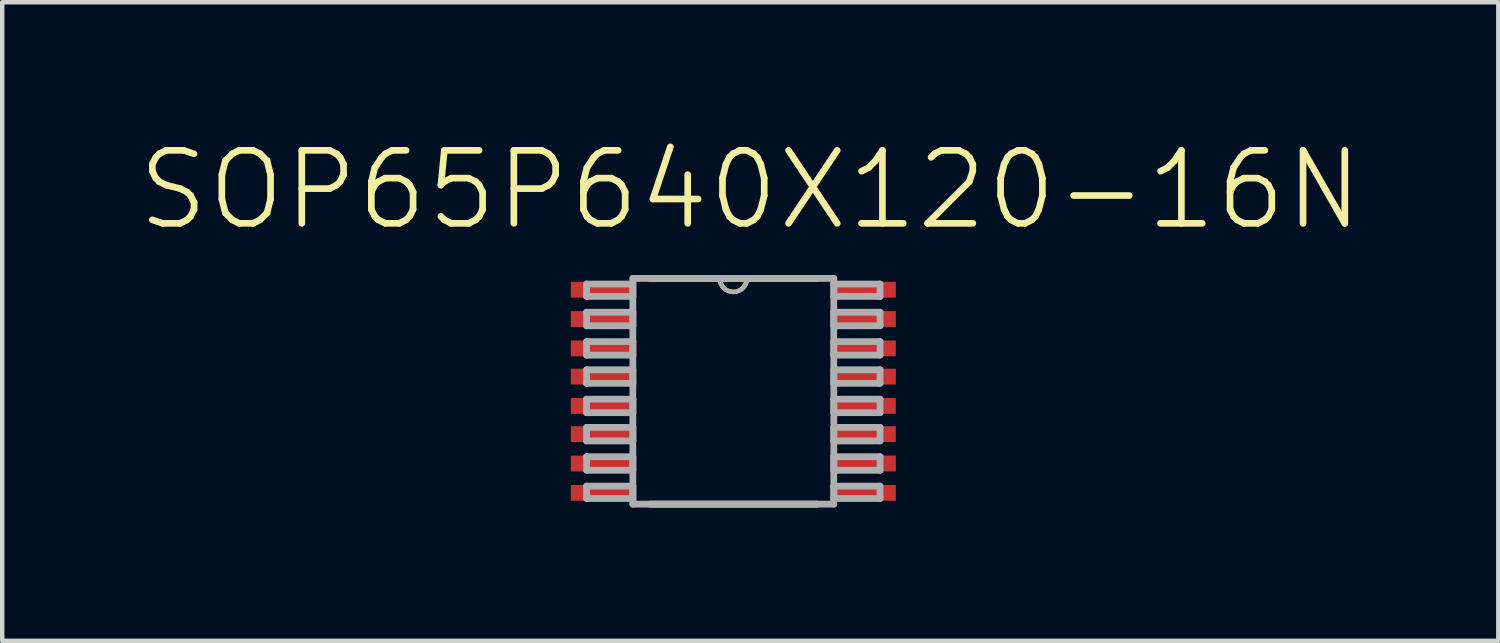
<source format=kicad_pcb>
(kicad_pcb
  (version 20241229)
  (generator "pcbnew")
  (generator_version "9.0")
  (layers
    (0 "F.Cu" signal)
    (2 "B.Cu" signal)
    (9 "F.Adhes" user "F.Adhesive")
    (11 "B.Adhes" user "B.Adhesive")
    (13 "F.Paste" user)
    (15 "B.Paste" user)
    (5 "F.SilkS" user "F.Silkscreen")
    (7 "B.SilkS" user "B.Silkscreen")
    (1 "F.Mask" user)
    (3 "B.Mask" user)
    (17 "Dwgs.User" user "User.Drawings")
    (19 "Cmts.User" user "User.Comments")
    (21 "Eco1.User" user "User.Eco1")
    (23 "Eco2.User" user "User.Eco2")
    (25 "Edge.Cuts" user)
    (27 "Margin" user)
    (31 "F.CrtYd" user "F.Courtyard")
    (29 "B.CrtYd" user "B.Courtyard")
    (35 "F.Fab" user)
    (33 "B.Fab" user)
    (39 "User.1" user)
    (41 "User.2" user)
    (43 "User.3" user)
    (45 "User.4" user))
  (footprint "SOP65P640X120-16N"
    (layer "F.Cu")
    (at 13.453 5.755)
    (property "Reference" "SOP65P640X120-16N" (at 0.382 -4.531 0) (layer "F.SilkS") (effects (font (size 1.643 1.643) (thickness 0.15))))
    (attr through_hole)
    (fp_line (start -1.88 2.54) (end 1.88 2.54) (stroke (width 0.152) (type solid)) (layer "F.SilkS"))
    (fp_line (start -0.305 -2.54) (end -1.88 -2.54) (stroke (width 0.152) (type solid)) (layer "F.SilkS"))
    (fp_line (start 0.305 -2.54) (end -0.305 -2.54) (stroke (width 0.152) (type solid)) (layer "F.SilkS"))
    (fp_line (start 1.88 -2.54) (end 0.305 -2.54) (stroke (width 0.152) (type solid)) (layer "F.SilkS"))
    (fp_arc (start 0.3048 -2.54) (mid 0 -2.2352) (end -0.3048 -2.54) (stroke (width 0.1) (type solid)) (layer "F.SilkS"))
    (fp_line (start -3.302 -2.413) (end -3.302 -2.134) (stroke (width 0.152) (type solid)) (layer "F.Fab"))
    (fp_line (start -3.302 -2.134) (end -2.261 -2.134) (stroke (width 0.152) (type solid)) (layer "F.Fab"))
    (fp_line (start -3.302 -1.778) (end -3.302 -1.473) (stroke (width 0.152) (type solid)) (layer "F.Fab"))
    (fp_line (start -3.302 -1.473) (end -2.261 -1.473) (stroke (width 0.152) (type solid)) (layer "F.Fab"))
    (fp_line (start -3.302 -1.118) (end -3.302 -0.813) (stroke (width 0.152) (type solid)) (layer "F.Fab"))
    (fp_line (start -3.302 -0.813) (end -2.261 -0.813) (stroke (width 0.152) (type solid)) (layer "F.Fab"))
    (fp_line (start -3.302 -0.483) (end -3.302 -0.178) (stroke (width 0.152) (type solid)) (layer "F.Fab"))
    (fp_line (start -3.302 -0.178) (end -2.261 -0.178) (stroke (width 0.152) (type solid)) (layer "F.Fab"))
    (fp_line (start -3.302 0.178) (end -3.302 0.483) (stroke (width 0.152) (type solid)) (layer "F.Fab"))
    (fp_line (start -3.302 0.483) (end -2.261 0.483) (stroke (width 0.152) (type solid)) (layer "F.Fab"))
    (fp_line (start -3.302 0.813) (end -3.302 1.118) (stroke (width 0.152) (type solid)) (layer "F.Fab"))
    (fp_line (start -3.302 1.118) (end -2.261 1.118) (stroke (width 0.152) (type solid)) (layer "F.Fab"))
    (fp_line (start -3.302 1.473) (end -3.302 1.778) (stroke (width 0.152) (type solid)) (layer "F.Fab"))
    (fp_line (start -3.302 1.778) (end -2.261 1.778) (stroke (width 0.152) (type solid)) (layer "F.Fab"))
    (fp_line (start -3.302 2.134) (end -3.302 2.413) (stroke (width 0.152) (type solid)) (layer "F.Fab"))
    (fp_line (start -3.302 2.413) (end -2.261 2.413) (stroke (width 0.152) (type solid)) (layer "F.Fab"))
    (fp_line (start -2.261 -2.54) (end -2.261 2.54) (stroke (width 0.152) (type solid)) (layer "F.Fab"))
    (fp_line (start -2.261 -2.413) (end -3.302 -2.413) (stroke (width 0.152) (type solid)) (layer "F.Fab"))
    (fp_line (start -2.261 -2.134) (end -2.261 -2.413) (stroke (width 0.152) (type solid)) (layer "F.Fab"))
    (fp_line (start -2.261 -1.778) (end -3.302 -1.778) (stroke (width 0.152) (type solid)) (layer "F.Fab"))
    (fp_line (start -2.261 -1.473) (end -2.261 -1.778) (stroke (width 0.152) (type solid)) (layer "F.Fab"))
    (fp_line (start -2.261 -1.118) (end -3.302 -1.118) (stroke (width 0.152) (type solid)) (layer "F.Fab"))
    (fp_line (start -2.261 -0.813) (end -2.261 -1.118) (stroke (width 0.152) (type solid)) (layer "F.Fab"))
    (fp_line (start -2.261 -0.483) (end -3.302 -0.483) (stroke (width 0.152) (type solid)) (layer "F.Fab"))
    (fp_line (start -2.261 -0.178) (end -2.261 -0.483) (stroke (width 0.152) (type solid)) (layer "F.Fab"))
    (fp_line (start -2.261 0.178) (end -3.302 0.178) (stroke (width 0.152) (type solid)) (layer "F.Fab"))
    (fp_line (start -2.261 0.483) (end -2.261 0.178) (stroke (width 0.152) (type solid)) (layer "F.Fab"))
    (fp_line (start -2.261 0.813) (end -3.302 0.813) (stroke (width 0.152) (type solid)) (layer "F.Fab"))
    (fp_line (start -2.261 1.118) (end -2.261 0.813) (stroke (width 0.152) (type solid)) (layer "F.Fab"))
    (fp_line (start -2.261 1.473) (end -3.302 1.473) (stroke (width 0.152) (type solid)) (layer "F.Fab"))
    (fp_line (start -2.261 1.778) (end -2.261 1.473) (stroke (width 0.152) (type solid)) (layer "F.Fab"))
    (fp_line (start -2.261 2.134) (end -3.302 2.134) (stroke (width 0.152) (type solid)) (layer "F.Fab"))
    (fp_line (start -2.261 2.413) (end -2.261 2.134) (stroke (width 0.152) (type solid)) (layer "F.Fab"))
    (fp_line (start -2.261 2.54) (end 2.261 2.54) (stroke (width 0.152) (type solid)) (layer "F.Fab"))
    (fp_line (start -0.305 -2.54) (end -2.261 -2.54) (stroke (width 0.152) (type solid)) (layer "F.Fab"))
    (fp_line (start 0.305 -2.54) (end -0.305 -2.54) (stroke (width 0.152) (type solid)) (layer "F.Fab"))
    (fp_line (start 2.261 -2.54) (end 0.305 -2.54) (stroke (width 0.152) (type solid)) (layer "F.Fab"))
    (fp_line (start 2.261 -2.413) (end 2.261 -2.134) (stroke (width 0.152) (type solid)) (layer "F.Fab"))
    (fp_line (start 2.261 -2.134) (end 3.302 -2.134) (stroke (width 0.152) (type solid)) (layer "F.Fab"))
    (fp_line (start 2.261 -1.778) (end 2.261 -1.473) (stroke (width 0.152) (type solid)) (layer "F.Fab"))
    (fp_line (start 2.261 -1.473) (end 3.302 -1.473) (stroke (width 0.152) (type solid)) (layer "F.Fab"))
    (fp_line (start 2.261 -1.118) (end 2.261 -0.813) (stroke (width 0.152) (type solid)) (layer "F.Fab"))
    (fp_line (start 2.261 -0.813) (end 3.302 -0.813) (stroke (width 0.152) (type solid)) (layer "F.Fab"))
    (fp_line (start 2.261 -0.483) (end 2.261 -0.178) (stroke (width 0.152) (type solid)) (layer "F.Fab"))
    (fp_line (start 2.261 -0.178) (end 3.302 -0.178) (stroke (width 0.152) (type solid)) (layer "F.Fab"))
    (fp_line (start 2.261 0.178) (end 2.261 0.483) (stroke (width 0.152) (type solid)) (layer "F.Fab"))
    (fp_line (start 2.261 0.483) (end 3.302 0.483) (stroke (width 0.152) (type solid)) (layer "F.Fab"))
    (fp_line (start 2.261 0.813) (end 2.261 1.118) (stroke (width 0.152) (type solid)) (layer "F.Fab"))
    (fp_line (start 2.261 1.118) (end 3.302 1.118) (stroke (width 0.152) (type solid)) (layer "F.Fab"))
    (fp_line (start 2.261 1.473) (end 2.261 1.778) (stroke (width 0.152) (type solid)) (layer "F.Fab"))
    (fp_line (start 2.261 1.778) (end 3.302 1.778) (stroke (width 0.152) (type solid)) (layer "F.Fab"))
    (fp_line (start 2.261 2.134) (end 2.261 2.413) (stroke (width 0.152) (type solid)) (layer "F.Fab"))
    (fp_line (start 2.261 2.413) (end 3.302 2.413) (stroke (width 0.152) (type solid)) (layer "F.Fab"))
    (fp_line (start 2.261 2.54) (end 2.261 -2.54) (stroke (width 0.152) (type solid)) (layer "F.Fab"))
    (fp_line (start 3.302 -2.413) (end 2.261 -2.413) (stroke (width 0.152) (type solid)) (layer "F.Fab"))
    (fp_line (start 3.302 -2.134) (end 3.302 -2.413) (stroke (width 0.152) (type solid)) (layer "F.Fab"))
    (fp_line (start 3.302 -1.778) (end 2.261 -1.778) (stroke (width 0.152) (type solid)) (layer "F.Fab"))
    (fp_line (start 3.302 -1.473) (end 3.302 -1.778) (stroke (width 0.152) (type solid)) (layer "F.Fab"))
    (fp_line (start 3.302 -1.118) (end 2.261 -1.118) (stroke (width 0.152) (type solid)) (layer "F.Fab"))
    (fp_line (start 3.302 -0.813) (end 3.302 -1.118) (stroke (width 0.152) (type solid)) (layer "F.Fab"))
    (fp_line (start 3.302 -0.483) (end 2.261 -0.483) (stroke (width 0.152) (type solid)) (layer "F.Fab"))
    (fp_line (start 3.302 -0.178) (end 3.302 -0.483) (stroke (width 0.152) (type solid)) (layer "F.Fab"))
    (fp_line (start 3.302 0.178) (end 2.261 0.178) (stroke (width 0.152) (type solid)) (layer "F.Fab"))
    (fp_line (start 3.302 0.483) (end 3.302 0.178) (stroke (width 0.152) (type solid)) (layer "F.Fab"))
    (fp_line (start 3.302 0.813) (end 2.261 0.813) (stroke (width 0.152) (type solid)) (layer "F.Fab"))
    (fp_line (start 3.302 1.118) (end 3.302 0.813) (stroke (width 0.152) (type solid)) (layer "F.Fab"))
    (fp_line (start 3.302 1.473) (end 2.261 1.473) (stroke (width 0.152) (type solid)) (layer "F.Fab"))
    (fp_line (start 3.302 1.778) (end 3.302 1.473) (stroke (width 0.152) (type solid)) (layer "F.Fab"))
    (fp_line (start 3.302 2.134) (end 2.261 2.134) (stroke (width 0.152) (type solid)) (layer "F.Fab"))
    (fp_line (start 3.302 2.413) (end 3.302 2.134) (stroke (width 0.152) (type solid)) (layer "F.Fab"))
    (fp_arc (start 0.3048 -2.54) (mid 0 -2.2352) (end -0.3048 -2.54) (stroke (width 0.1) (type solid)) (layer "F.Fab"))
    (pad "1" smd rect (at -2.921 -2.286) (size 1.473 0.356) (layers "F.Cu" "F.Mask" "F.Paste"))
    (pad "2" smd rect (at -2.921 -1.626) (size 1.473 0.356) (layers "F.Cu" "F.Mask" "F.Paste"))
    (pad "3" smd rect (at -2.921 -0.965) (size 1.473 0.356) (layers "F.Cu" "F.Mask" "F.Paste"))
    (pad "4" smd rect (at -2.921 -0.33) (size 1.473 0.356) (layers "F.Cu" "F.Mask" "F.Paste"))
    (pad "5" smd rect (at -2.921 0.33) (size 1.473 0.356) (layers "F.Cu" "F.Mask" "F.Paste"))
    (pad "6" smd rect (at -2.921 0.965) (size 1.473 0.356) (layers "F.Cu" "F.Mask" "F.Paste"))
    (pad "7" smd rect (at -2.921 1.626) (size 1.473 0.356) (layers "F.Cu" "F.Mask" "F.Paste"))
    (pad "8" smd rect (at -2.921 2.286) (size 1.473 0.356) (layers "F.Cu" "F.Mask" "F.Paste"))
    (pad "9" smd rect (at 2.921 2.286) (size 1.473 0.356) (layers "F.Cu" "F.Mask" "F.Paste"))
    (pad "10" smd rect (at 2.921 1.626) (size 1.473 0.356) (layers "F.Cu" "F.Mask" "F.Paste"))
    (pad "11" smd rect (at 2.921 0.965) (size 1.473 0.356) (layers "F.Cu" "F.Mask" "F.Paste"))
    (pad "12" smd rect (at 2.921 0.33) (size 1.473 0.356) (layers "F.Cu" "F.Mask" "F.Paste"))
    (pad "13" smd rect (at 2.921 -0.33) (size 1.473 0.356) (layers "F.Cu" "F.Mask" "F.Paste"))
    (pad "14" smd rect (at 2.921 -0.965) (size 1.473 0.356) (layers "F.Cu" "F.Mask" "F.Paste"))
    (pad "15" smd rect (at 2.921 -1.626) (size 1.473 0.356) (layers "F.Cu" "F.Mask" "F.Paste"))
    (pad "16" smd rect (at 2.921 -2.286) (size 1.473 0.356) (layers "F.Cu" "F.Mask" "F.Paste")))
  (gr_rect
    (start -3 -3)
    (end 30.669 11.372)
    (stroke (width 0.1) (type default))
    (fill no)
    (layer "Edge.Cuts")))
</source>
